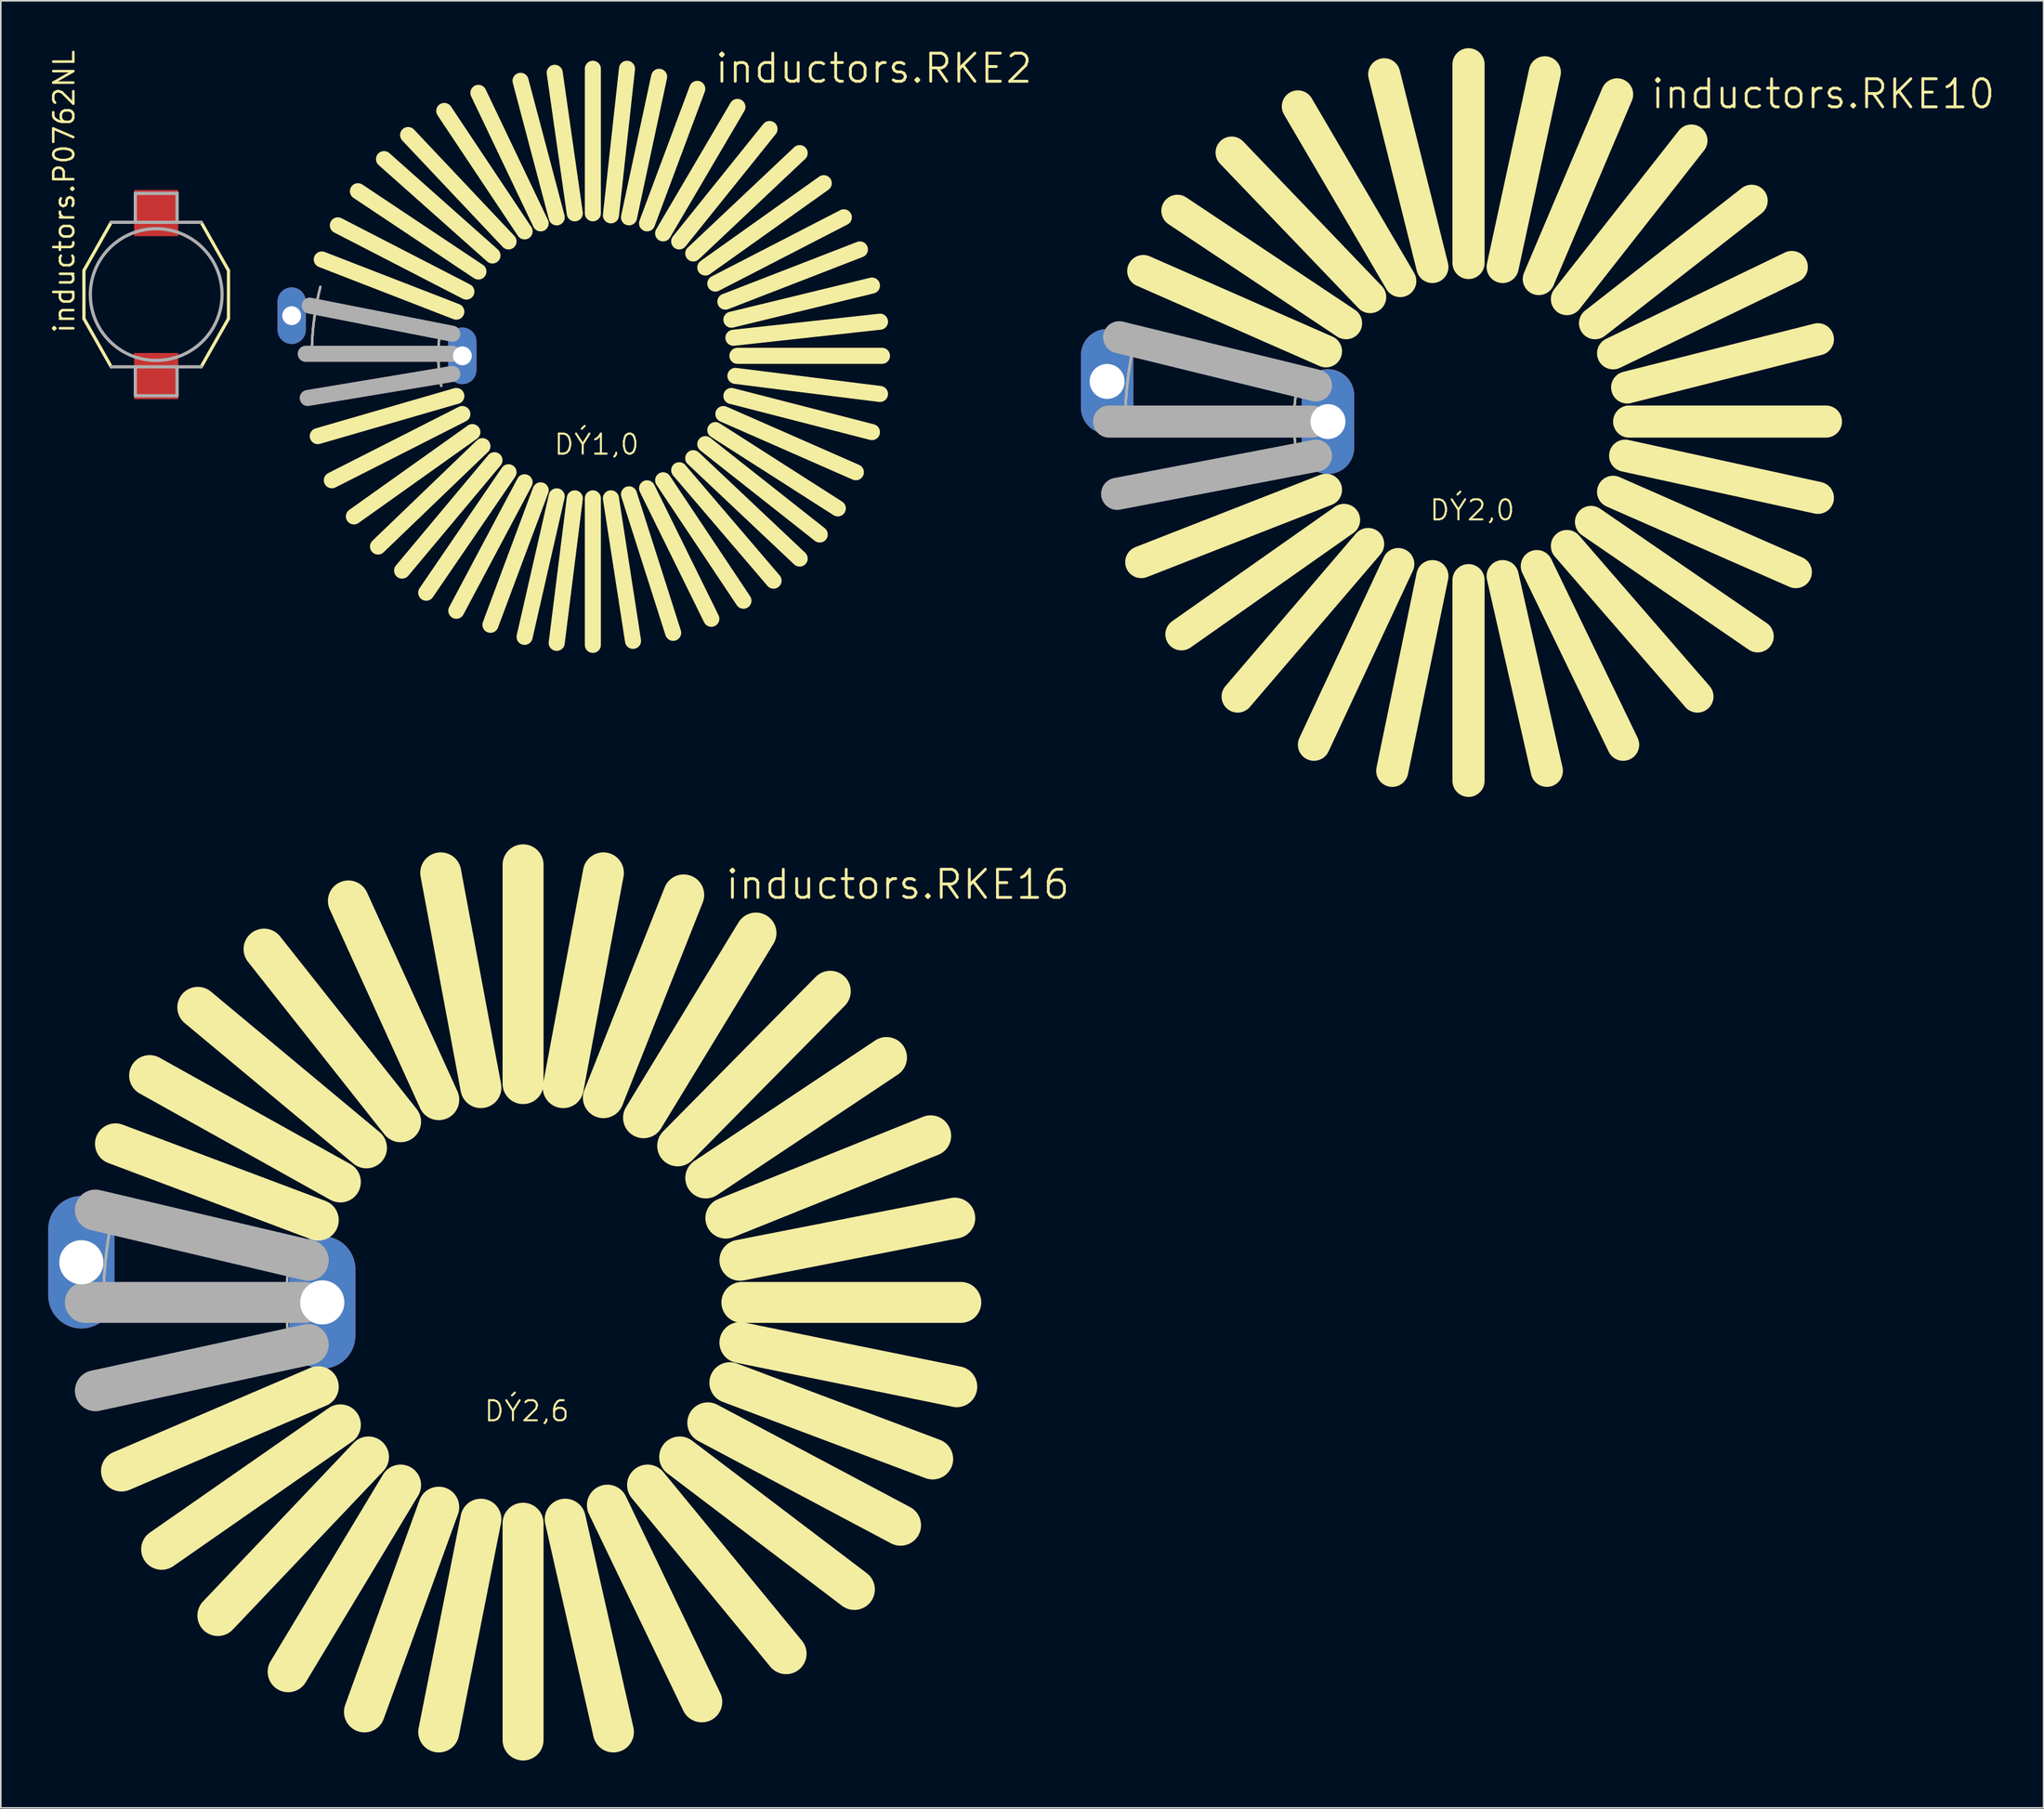
<source format=kicad_pcb>
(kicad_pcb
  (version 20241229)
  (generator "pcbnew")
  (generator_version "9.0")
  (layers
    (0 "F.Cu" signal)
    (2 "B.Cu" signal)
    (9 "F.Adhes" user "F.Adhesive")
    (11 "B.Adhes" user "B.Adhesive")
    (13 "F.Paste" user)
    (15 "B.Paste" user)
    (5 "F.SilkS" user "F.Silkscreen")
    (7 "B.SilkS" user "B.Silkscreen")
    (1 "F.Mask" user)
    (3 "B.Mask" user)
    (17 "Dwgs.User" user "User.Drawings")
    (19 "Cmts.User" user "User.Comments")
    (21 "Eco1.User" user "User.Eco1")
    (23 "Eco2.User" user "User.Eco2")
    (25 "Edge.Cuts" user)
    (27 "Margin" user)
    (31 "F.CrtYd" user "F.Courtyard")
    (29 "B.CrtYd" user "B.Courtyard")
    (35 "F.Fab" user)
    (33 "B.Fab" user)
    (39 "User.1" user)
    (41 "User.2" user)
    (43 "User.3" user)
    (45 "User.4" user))
  (footprint "inductors.P0762NL"
    (layer "F.Cu")
    (at 6.83 15.587)
    (property "Reference" "inductors.P0762NL" (at -5.08 2.54 90) (layer "F.SilkS") (effects (font (size 1.27 1.27) (thickness 0.16)) (justify left bottom)))
    (attr smd)
    (fp_line (start -4.572 -1.524) (end -4.572 1.524) (stroke (width 0.203) (type default)) (layer "F.SilkS"))
    (fp_line (start -4.572 -1.524) (end -2.845 -4.572) (stroke (width 0.203) (type default)) (layer "F.SilkS"))
    (fp_line (start -4.572 1.524) (end -2.845 4.572) (stroke (width 0.203) (type default)) (layer "F.SilkS"))
    (fp_line (start 4.572 -1.524) (end 2.845 -4.572) (stroke (width 0.203) (type default)) (layer "F.SilkS"))
    (fp_line (start 4.572 1.524) (end 2.845 4.572) (stroke (width 0.203) (type default)) (layer "F.SilkS"))
    (fp_line (start 4.572 1.524) (end 4.572 -1.524) (stroke (width 0.203) (type default)) (layer "F.SilkS"))
    (fp_line (start -2.845 4.572) (end 2.845 4.572) (stroke (width 0.203) (type default)) (layer "F.Fab"))
    (fp_line (start -1.321 -6.401) (end -1.321 -4.674) (stroke (width 0.203) (type default)) (layer "F.Fab"))
    (fp_line (start -1.321 -6.401) (end 1.321 -6.401) (stroke (width 0.203) (type default)) (layer "F.Fab"))
    (fp_line (start -1.321 6.401) (end -1.321 4.674) (stroke (width 0.203) (type default)) (layer "F.Fab"))
    (fp_line (start 1.321 -6.401) (end 1.321 -4.674) (stroke (width 0.203) (type default)) (layer "F.Fab"))
    (fp_line (start 1.321 6.401) (end -1.321 6.401) (stroke (width 0.203) (type default)) (layer "F.Fab"))
    (fp_line (start 1.321 6.401) (end 1.321 4.674) (stroke (width 0.203) (type default)) (layer "F.Fab"))
    (fp_line (start 2.845 -4.572) (end -2.845 -4.572) (stroke (width 0.203) (type default)) (layer "F.Fab"))
    (fp_circle (center 0 0) (end 4.166 0) (stroke (width 0.203) (type default)) (fill no) (layer "F.Fab"))
    (pad "1" smd roundrect (at 0 -5.156) (size 2.794 2.921) (layers "F.Cu" "F.Mask" "F.Paste") (roundrect_rratio 0.01))
    (pad "2" smd roundrect (at 0 5.156 180) (size 2.794 2.921) (layers "F.Cu" "F.Mask" "F.Paste") (roundrect_rratio 0.01)))
  (footprint "inductors.RKE2"
    (layer "F.Cu")
    (at 34.449 19.463)
    (property "Reference" "inductors.RKE2" (at 7.62 -17.145 0) (layer "F.SilkS") (effects (font (size 1.778 1.778) (thickness 0.18)) (justify left bottom)))
    (attr through_hole)
    (fp_line (start -8.636 -2.794) (end -17.145 -6.096) (stroke (width 1.016) (type default)) (layer "F.SilkS"))
    (fp_line (start -8.636 2.54) (end -17.399 5.08) (stroke (width 1.016) (type default)) (layer "F.SilkS"))
    (fp_line (start -8.255 3.683) (end -16.51 7.874) (stroke (width 1.016) (type default)) (layer "F.SilkS"))
    (fp_line (start -8.001 -4.064) (end -16.129 -8.255) (stroke (width 1.016) (type default)) (layer "F.SilkS"))
    (fp_line (start -7.62 4.826) (end -15.113 10.16) (stroke (width 1.016) (type default)) (layer "F.SilkS"))
    (fp_line (start -7.239 -5.334) (end -14.859 -10.414) (stroke (width 1.016) (type default)) (layer "F.SilkS"))
    (fp_line (start -6.985 5.715) (end -13.589 12.065) (stroke (width 1.016) (type default)) (layer "F.SilkS"))
    (fp_line (start -6.35 -6.35) (end -13.208 -12.446) (stroke (width 1.016) (type default)) (layer "F.SilkS"))
    (fp_line (start -6.223 6.604) (end -12.065 13.589) (stroke (width 1.016) (type default)) (layer "F.SilkS"))
    (fp_line (start -5.334 -7.239) (end -11.684 -13.97) (stroke (width 1.016) (type default)) (layer "F.SilkS"))
    (fp_line (start -5.334 7.366) (end -10.541 14.986) (stroke (width 1.016) (type default)) (layer "F.SilkS"))
    (fp_line (start -4.318 -7.874) (end -9.398 -15.494) (stroke (width 1.016) (type default)) (layer "F.SilkS"))
    (fp_line (start -4.318 8.001) (end -8.636 16.129) (stroke (width 1.016) (type default)) (layer "F.SilkS"))
    (fp_line (start -3.302 -8.382) (end -7.239 -16.637) (stroke (width 1.016) (type default)) (layer "F.SilkS"))
    (fp_line (start -3.302 8.509) (end -6.477 17.018) (stroke (width 1.016) (type default)) (layer "F.SilkS"))
    (fp_line (start -2.286 -8.763) (end -4.572 -17.399) (stroke (width 1.016) (type default)) (layer "F.SilkS"))
    (fp_line (start -2.286 8.89) (end -4.318 17.78) (stroke (width 1.016) (type default)) (layer "F.SilkS"))
    (fp_line (start -1.143 -9.017) (end -2.413 -17.907) (stroke (width 1.016) (type default)) (layer "F.SilkS"))
    (fp_line (start -1.143 9.017) (end -2.286 18.161) (stroke (width 1.016) (type default)) (layer "F.SilkS"))
    (fp_line (start 0 -9.017) (end 0 -18.161) (stroke (width 1.016) (type default)) (layer "F.SilkS"))
    (fp_line (start 0 9.017) (end 0 18.288) (stroke (width 1.016) (type default)) (layer "F.SilkS"))
    (fp_line (start 1.143 -8.89) (end 2.159 -18.161) (stroke (width 1.016) (type default)) (layer "F.SilkS"))
    (fp_line (start 1.143 9.017) (end 2.54 18.034) (stroke (width 1.016) (type default)) (layer "F.SilkS"))
    (fp_line (start 2.286 -8.763) (end 4.191 -17.653) (stroke (width 1.016) (type default)) (layer "F.SilkS"))
    (fp_line (start 2.286 8.763) (end 5.08 17.526) (stroke (width 1.016) (type default)) (layer "F.SilkS"))
    (fp_line (start 3.429 -8.382) (end 6.604 -16.891) (stroke (width 1.016) (type default)) (layer "F.SilkS"))
    (fp_line (start 3.429 8.382) (end 7.493 16.637) (stroke (width 1.016) (type default)) (layer "F.SilkS"))
    (fp_line (start 4.445 -7.747) (end 9.144 -15.748) (stroke (width 1.016) (type default)) (layer "F.SilkS"))
    (fp_line (start 4.445 7.874) (end 9.525 15.494) (stroke (width 1.016) (type default)) (layer "F.SilkS"))
    (fp_line (start 5.461 -7.239) (end 11.176 -14.351) (stroke (width 1.016) (type default)) (layer "F.SilkS"))
    (fp_line (start 5.461 7.239) (end 11.43 14.224) (stroke (width 1.016) (type default)) (layer "F.SilkS"))
    (fp_line (start 6.35 -6.477) (end 13.081 -12.827) (stroke (width 1.016) (type default)) (layer "F.SilkS"))
    (fp_line (start 6.35 6.477) (end 13.081 12.827) (stroke (width 1.016) (type default)) (layer "F.SilkS"))
    (fp_line (start 7.112 -5.588) (end 14.605 -10.922) (stroke (width 1.016) (type default)) (layer "F.SilkS"))
    (fp_line (start 7.112 5.588) (end 14.351 11.303) (stroke (width 1.016) (type default)) (layer "F.SilkS"))
    (fp_line (start 7.747 -4.572) (end 15.875 -8.763) (stroke (width 1.016) (type default)) (layer "F.SilkS"))
    (fp_line (start 7.747 4.699) (end 15.494 9.652) (stroke (width 1.016) (type default)) (layer "F.SilkS"))
    (fp_line (start 8.255 3.683) (end 16.637 7.366) (stroke (width 1.016) (type default)) (layer "F.SilkS"))
    (fp_line (start 8.382 -3.429) (end 16.891 -6.731) (stroke (width 1.016) (type default)) (layer "F.SilkS"))
    (fp_line (start 8.763 -2.286) (end 17.653 -4.445) (stroke (width 1.016) (type default)) (layer "F.SilkS"))
    (fp_line (start 8.763 2.54) (end 17.653 4.826) (stroke (width 1.016) (type default)) (layer "F.SilkS"))
    (fp_line (start 8.89 -1.143) (end 18.161 -2.159) (stroke (width 1.016) (type default)) (layer "F.SilkS"))
    (fp_line (start 9.017 1.27) (end 18.161 2.413) (stroke (width 1.016) (type default)) (layer "F.SilkS"))
    (fp_line (start 9.144 0) (end 18.288 0) (stroke (width 1.016) (type default)) (layer "F.SilkS"))
    (fp_arc (start -17.7687 -0.635) (mid -17.601366 -2.514458) (end -17.2358 -4.3656) (stroke (width 0.1524) (type default)) (layer "F.SilkS"))
    (fp_arc (start -9.5934 1.8959) (mid -9.778945 0) (end -9.5934 -1.8959) (stroke (width 0.1524) (type default)) (layer "F.SilkS"))
    (fp_line (start -8.89 -1.397) (end -17.907 -3.175) (stroke (width 1.016) (type default)) (layer "F.Fab"))
    (fp_line (start -8.89 -0.127) (end -18.161 -0.127) (stroke (width 1.016) (type default)) (layer "F.Fab"))
    (fp_line (start -8.89 1.143) (end -18.034 2.667) (stroke (width 1.016) (type default)) (layer "F.Fab"))
    (fp_arc (start -17.7686 -0.635) (mid -17.601267 -2.514458) (end -17.2357 -4.3656) (stroke (width 0.1524) (type default)) (layer "F.Fab"))
    (fp_arc (start -9.5934 1.8959) (mid -9.778945 0) (end -9.5934 -1.8959) (stroke (width 0.1524) (type default)) (layer "F.Fab"))
    (fp_text user "DÝ1,0" (at -2.54 6.35 0) (layer "F.SilkS") (effects (font (size 1.27 1.27) (thickness 0.13)) (justify left bottom)))
    (pad "1" thru_hole oval (at -19.05 -2.54 90) (size 3.581 1.791) (drill 1.194) (layers "*.Cu" "*.Mask"))
    (pad "2" thru_hole oval (at -8.255 0 90) (size 3.581 1.791) (drill 1.194) (layers "*.Cu" "*.Mask")))
  (footprint "inductors.RKE16"
    (layer "F.Cu")
    (at 30.035 79.352)
    (property "Reference" "inductors.RKE16" (at 12.7 -25.4 0) (layer "F.SilkS") (effects (font (size 1.778 1.778) (thickness 0.18)) (justify left bottom)))
    (attr through_hole)
    (fp_line (start -12.954 -5.207) (end -25.781 -10.033) (stroke (width 2.591) (type default)) (layer "F.SilkS"))
    (fp_line (start -12.954 5.334) (end -25.4 10.668) (stroke (width 2.591) (type default)) (layer "F.SilkS"))
    (fp_line (start -11.557 -7.62) (end -23.622 -14.351) (stroke (width 2.591) (type default)) (layer "F.SilkS"))
    (fp_line (start -11.557 7.747) (end -22.86 15.621) (stroke (width 2.591) (type default)) (layer "F.SilkS"))
    (fp_line (start -9.906 -9.779) (end -20.574 -18.669) (stroke (width 2.591) (type default)) (layer "F.SilkS"))
    (fp_line (start -9.779 9.779) (end -19.304 19.812) (stroke (width 2.591) (type default)) (layer "F.SilkS"))
    (fp_line (start -7.747 -11.43) (end -16.383 -22.352) (stroke (width 2.591) (type default)) (layer "F.SilkS"))
    (fp_line (start -7.747 11.557) (end -14.859 23.368) (stroke (width 2.591) (type default)) (layer "F.SilkS"))
    (fp_line (start -5.334 -12.827) (end -11.049 -25.4) (stroke (width 2.591) (type default)) (layer "F.SilkS"))
    (fp_line (start -5.334 12.954) (end -10.033 25.908) (stroke (width 2.591) (type default)) (layer "F.SilkS"))
    (fp_line (start -2.667 -13.589) (end -5.207 -27.178) (stroke (width 2.591) (type default)) (layer "F.SilkS"))
    (fp_line (start -2.667 13.716) (end -5.334 27.178) (stroke (width 2.591) (type default)) (layer "F.SilkS"))
    (fp_line (start 0 -13.843) (end 0 -27.686) (stroke (width 2.591) (type default)) (layer "F.SilkS"))
    (fp_line (start 0 13.97) (end 0 27.686) (stroke (width 2.591) (type default)) (layer "F.SilkS"))
    (fp_line (start 2.54 -13.589) (end 5.08 -27.178) (stroke (width 2.591) (type default)) (layer "F.SilkS"))
    (fp_line (start 2.667 13.716) (end 5.715 27.178) (stroke (width 2.591) (type default)) (layer "F.SilkS"))
    (fp_line (start 5.08 -12.954) (end 10.16 -25.781) (stroke (width 2.591) (type default)) (layer "F.SilkS"))
    (fp_line (start 5.334 12.827) (end 11.303 25.273) (stroke (width 2.591) (type default)) (layer "F.SilkS"))
    (fp_line (start 7.62 -11.684) (end 14.732 -23.368) (stroke (width 2.591) (type default)) (layer "F.SilkS"))
    (fp_line (start 7.874 11.557) (end 16.637 22.225) (stroke (width 2.591) (type default)) (layer "F.SilkS"))
    (fp_line (start 9.779 -9.906) (end 19.431 -19.685) (stroke (width 2.591) (type default)) (layer "F.SilkS"))
    (fp_line (start 9.906 9.779) (end 20.955 18.161) (stroke (width 2.591) (type default)) (layer "F.SilkS"))
    (fp_line (start 11.557 -7.874) (end 22.987 -15.494) (stroke (width 2.591) (type default)) (layer "F.SilkS"))
    (fp_line (start 11.684 7.62) (end 23.876 14.097) (stroke (width 2.591) (type default)) (layer "F.SilkS"))
    (fp_line (start 12.827 -5.334) (end 25.781 -10.541) (stroke (width 2.591) (type default)) (layer "F.SilkS"))
    (fp_line (start 13.081 5.08) (end 25.908 9.906) (stroke (width 2.591) (type default)) (layer "F.SilkS"))
    (fp_line (start 13.716 -2.667) (end 27.305 -5.334) (stroke (width 2.591) (type default)) (layer "F.SilkS"))
    (fp_line (start 13.716 2.54) (end 27.432 5.334) (stroke (width 2.591) (type default)) (layer "F.SilkS"))
    (fp_line (start 13.843 0) (end 27.686 0) (stroke (width 2.591) (type default)) (layer "F.SilkS"))
    (fp_arc (start -26.5418 0.254) (mid -26.422296 -2.528469) (end -26.0119 -5.2831) (stroke (width 0.1524) (type default)) (layer "F.SilkS"))
    (fp_arc (start -14.7255 2.7818) (mid -14.985952 0) (end -14.7255 -2.7818) (stroke (width 0.1524) (type default)) (layer "F.SilkS"))
    (fp_line (start -13.843 0) (end -27.686 0) (stroke (width 2.591) (type default)) (layer "F.Fab"))
    (fp_line (start -13.589 -2.667) (end -27.051 -5.842) (stroke (width 2.591) (type default)) (layer "F.Fab"))
    (fp_line (start -13.589 2.667) (end -27.051 5.588) (stroke (width 2.591) (type default)) (layer "F.Fab"))
    (fp_arc (start -26.5418 0.254) (mid -26.422296 -2.528469) (end -26.0119 -5.2831) (stroke (width 0.1524) (type default)) (layer "F.Fab"))
    (fp_arc (start -14.7255 2.7818) (mid -14.985952 0) (end -14.7255 -2.7818) (stroke (width 0.1524) (type default)) (layer "F.Fab"))
    (fp_text user "DÝ2,6" (at -2.54 7.62 0) (layer "F.SilkS") (effects (font (size 1.27 1.27) (thickness 0.13)) (justify left bottom)))
    (pad "1" thru_hole oval (at -27.94 -2.54 90) (size 8.382 4.191) (drill 2.794) (layers "*.Cu" "*.Mask"))
    (pad "2" thru_hole oval (at -12.7 0 90) (size 8.382 4.191) (drill 2.794) (layers "*.Cu" "*.Mask")))
  (footprint "inductors.RKE10"
    (layer "F.Cu")
    (at 89.837 23.622)
    (property "Reference" "inductors.RKE10" (at 11.43 -19.685 0) (layer "F.SilkS") (effects (font (size 1.778 1.778) (thickness 0.18)) (justify left bottom)))
    (attr through_hole)
    (fp_line (start -9.017 -4.445) (end -20.574 -9.525) (stroke (width 2.032) (type default)) (layer "F.SilkS"))
    (fp_line (start -9.017 4.318) (end -20.701 8.89) (stroke (width 2.032) (type default)) (layer "F.SilkS"))
    (fp_line (start -7.874 6.223) (end -18.161 13.462) (stroke (width 2.032) (type default)) (layer "F.SilkS"))
    (fp_line (start -7.747 -6.223) (end -18.415 -13.335) (stroke (width 2.032) (type default)) (layer "F.SilkS"))
    (fp_line (start -6.35 7.747) (end -14.605 17.399) (stroke (width 2.032) (type default)) (layer "F.SilkS"))
    (fp_line (start -6.223 -7.874) (end -14.986 -17.018) (stroke (width 2.032) (type default)) (layer "F.SilkS"))
    (fp_line (start -4.445 9.017) (end -9.779 20.447) (stroke (width 2.032) (type default)) (layer "F.SilkS"))
    (fp_line (start -4.318 -8.89) (end -10.795 -19.939) (stroke (width 2.032) (type default)) (layer "F.SilkS"))
    (fp_line (start -2.286 -9.779) (end -5.334 -21.971) (stroke (width 2.032) (type default)) (layer "F.SilkS"))
    (fp_line (start -2.286 9.779) (end -4.826 22.098) (stroke (width 2.032) (type default)) (layer "F.SilkS"))
    (fp_line (start 0 -10.033) (end 0 -22.606) (stroke (width 2.032) (type default)) (layer "F.SilkS"))
    (fp_line (start 0 10.033) (end 0 22.733) (stroke (width 2.032) (type default)) (layer "F.SilkS"))
    (fp_line (start 2.159 -9.779) (end 4.826 -22.098) (stroke (width 2.032) (type default)) (layer "F.SilkS"))
    (fp_line (start 2.159 9.779) (end 4.953 22.098) (stroke (width 2.032) (type default)) (layer "F.SilkS"))
    (fp_line (start 4.318 9.144) (end 9.779 20.447) (stroke (width 2.032) (type default)) (layer "F.SilkS"))
    (fp_line (start 4.445 -9.017) (end 9.398 -20.701) (stroke (width 2.032) (type default)) (layer "F.SilkS"))
    (fp_line (start 6.223 -7.747) (end 14.097 -17.78) (stroke (width 2.032) (type default)) (layer "F.SilkS"))
    (fp_line (start 6.223 7.874) (end 14.478 17.399) (stroke (width 2.032) (type default)) (layer "F.SilkS"))
    (fp_line (start 7.747 6.35) (end 18.288 13.589) (stroke (width 2.032) (type default)) (layer "F.SilkS"))
    (fp_line (start 8.001 -6.223) (end 17.907 -13.97) (stroke (width 2.032) (type default)) (layer "F.SilkS"))
    (fp_line (start 9.144 -4.318) (end 20.447 -9.779) (stroke (width 2.032) (type default)) (layer "F.SilkS"))
    (fp_line (start 9.144 4.445) (end 20.701 9.525) (stroke (width 2.032) (type default)) (layer "F.SilkS"))
    (fp_line (start 9.906 2.159) (end 22.098 4.826) (stroke (width 2.032) (type default)) (layer "F.SilkS"))
    (fp_line (start 10.033 -2.159) (end 22.098 -5.207) (stroke (width 2.032) (type default)) (layer "F.SilkS"))
    (fp_line (start 10.16 0) (end 22.606 0) (stroke (width 2.032) (type default)) (layer "F.SilkS"))
    (fp_arc (start -21.7155 0.254) (mid -21.569955 -2.522779) (end -21.0708 -5.2582) (stroke (width 0.1524) (type default)) (layer "F.SilkS"))
    (fp_arc (start -10.6957 2.7716) (mid -11.048971 0) (end -10.6957 -2.7716) (stroke (width 0.1524) (type default)) (layer "F.SilkS"))
    (fp_line (start -9.906 0) (end -22.733 0) (stroke (width 2.032) (type default)) (layer "F.Fab"))
    (fp_line (start -9.652 -2.286) (end -22.098 -5.334) (stroke (width 2.032) (type default)) (layer "F.Fab"))
    (fp_line (start -9.652 2.159) (end -22.225 4.572) (stroke (width 2.032) (type default)) (layer "F.Fab"))
    (fp_arc (start -21.7155 0.254) (mid -21.569955 -2.522779) (end -21.0708 -5.2582) (stroke (width 0.1524) (type default)) (layer "F.Fab"))
    (fp_arc (start -10.6957 2.7716) (mid -11.048971 0) (end -10.6957 -2.7716) (stroke (width 0.1524) (type default)) (layer "F.Fab"))
    (fp_text user "DÝ2,0" (at -2.54 6.35 0) (layer "F.SilkS") (effects (font (size 1.27 1.27) (thickness 0.13)) (justify left bottom)))
    (pad "1" thru_hole oval (at -22.86 -2.54 90) (size 6.629 3.315) (drill 2.21) (layers "*.Cu" "*.Mask"))
    (pad "2" thru_hole oval (at -8.89 0 90) (size 6.629 3.315) (drill 2.21) (layers "*.Cu" "*.Mask")))
  (gr_rect
    (start -3 -3)
    (end 126.21 111.334)
    (stroke (width 0.1) (type default))
    (fill no)
    (layer "Edge.Cuts")))
</source>
